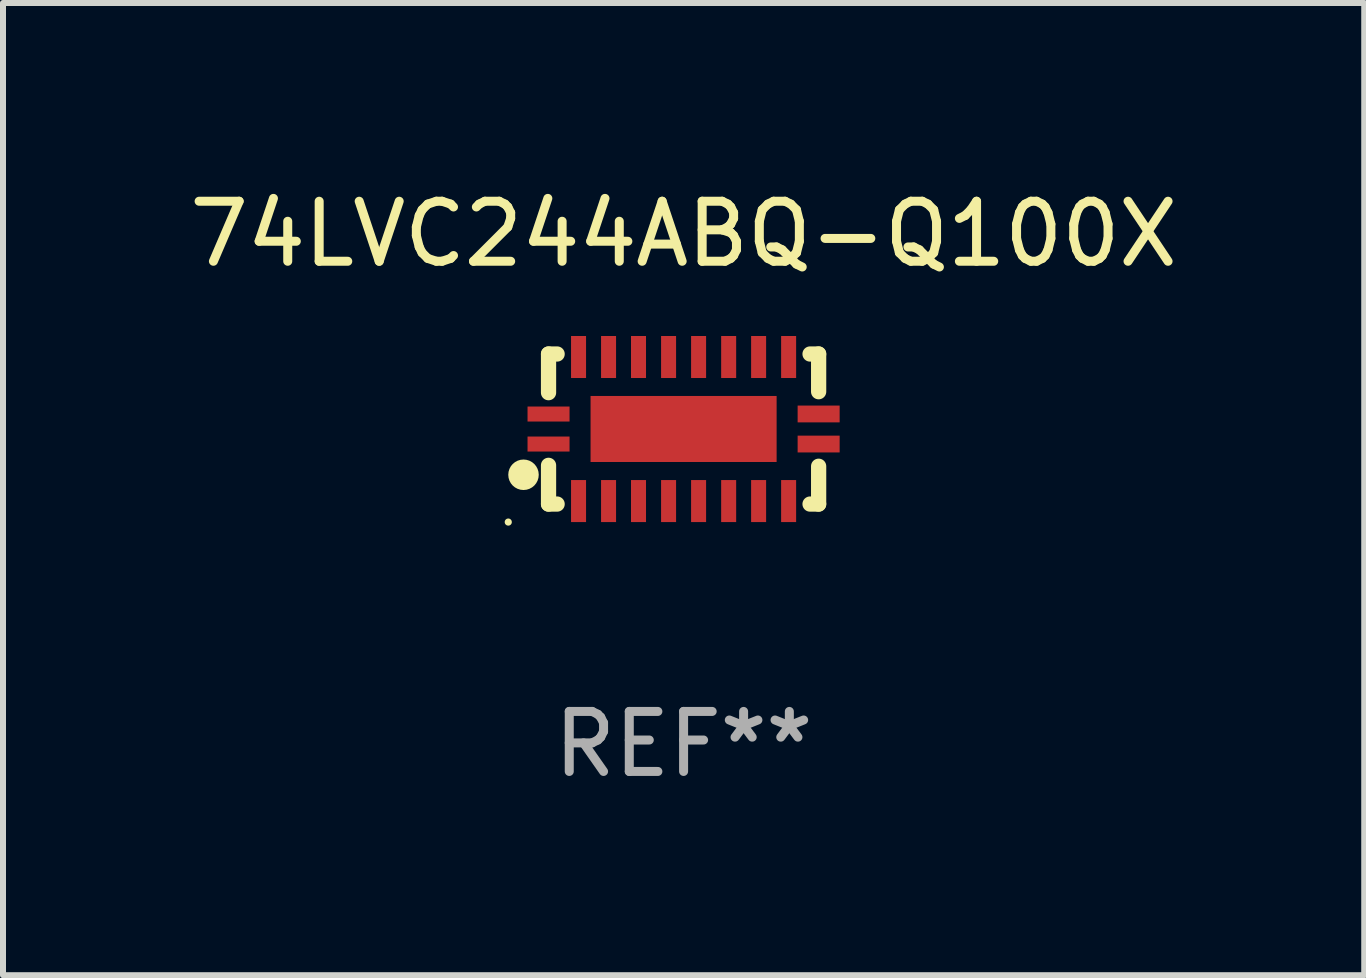
<source format=kicad_pcb>
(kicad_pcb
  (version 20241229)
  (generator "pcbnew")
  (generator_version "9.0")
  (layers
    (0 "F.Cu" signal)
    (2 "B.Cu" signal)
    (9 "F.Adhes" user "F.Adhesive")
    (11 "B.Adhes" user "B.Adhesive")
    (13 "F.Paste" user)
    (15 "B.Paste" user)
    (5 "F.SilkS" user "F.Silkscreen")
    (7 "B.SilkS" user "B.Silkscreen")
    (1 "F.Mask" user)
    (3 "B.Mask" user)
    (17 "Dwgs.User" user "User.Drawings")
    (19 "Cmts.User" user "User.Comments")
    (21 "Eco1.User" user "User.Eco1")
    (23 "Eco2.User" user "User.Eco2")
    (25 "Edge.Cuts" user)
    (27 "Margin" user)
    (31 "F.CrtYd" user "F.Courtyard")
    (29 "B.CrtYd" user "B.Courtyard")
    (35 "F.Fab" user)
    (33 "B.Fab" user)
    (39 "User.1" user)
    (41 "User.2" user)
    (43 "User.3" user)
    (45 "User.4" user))
  (footprint "74LVC244ABQ-Q100X"
    (layer "F.Cu")
    (at 8.339 4.098)
    (property "Reference" "74LVC244ABQ-Q100X" (at 0 -3.25 0) (layer "F.SilkS") (effects (font (size 1 1) (thickness 0.15))))
    (attr through_hole)
    (fp_line (start -2.25 0.605) (end -2.25 1.25) (stroke (width 0.254) (type solid)) (layer "F.SilkS"))
    (fp_line (start -2.25 1.25) (end -2.107 1.25) (stroke (width 0.254) (type solid)) (layer "F.SilkS"))
    (fp_line (start -2.25 -1.25) (end -2.25 -0.606) (stroke (width 0.254) (type solid)) (layer "F.SilkS"))
    (fp_line (start -2.25 -1.25) (end -2.107 -1.25) (stroke (width 0.254) (type solid)) (layer "F.SilkS"))
    (fp_line (start 2.107 -1.25) (end 2.25 -1.25) (stroke (width 0.254) (type solid)) (layer "F.SilkS"))
    (fp_line (start 2.107 1.25) (end 2.25 1.25) (stroke (width 0.254) (type solid)) (layer "F.SilkS"))
    (fp_line (start 2.25 -1.25) (end 2.25 -0.622) (stroke (width 0.254) (type solid)) (layer "F.SilkS"))
    (fp_line (start 2.25 0.62) (end 2.25 1.25) (stroke (width 0.254) (type solid)) (layer "F.SilkS"))
    (fp_circle (center -2.921 1.55) (end -2.891 1.55) (stroke (width 0.06) (type solid)) (fill no) (layer "F.SilkS"))
    (fp_circle (center -2.667 0.762) (end -2.54 0.762) (stroke (width 0.254) (type solid)) (fill no) (layer "F.SilkS"))
    (fp_text user "REF**" (at 0 5.25 0) (layer "F.Fab") (effects (font (size 1 1) (thickness 0.15))))
    (pad "1" smd rect (at -2.25 0.25 180) (size 0.7 0.25) (layers "F.Cu" "F.Mask" "F.Paste"))
    (pad "2" smd rect (at -1.75 1.2 90) (size 0.7 0.25) (layers "F.Cu" "F.Mask" "F.Paste"))
    (pad "3" smd rect (at -1.25 1.2 90) (size 0.7 0.25) (layers "F.Cu" "F.Mask" "F.Paste"))
    (pad "4" smd rect (at -0.751 1.2 90) (size 0.7 0.25) (layers "F.Cu" "F.Mask" "F.Paste"))
    (pad "5" smd rect (at -0.25 1.2 90) (size 0.7 0.25) (layers "F.Cu" "F.Mask" "F.Paste"))
    (pad "6" smd rect (at 0.25 1.2 90) (size 0.7 0.25) (layers "F.Cu" "F.Mask" "F.Paste"))
    (pad "7" smd rect (at 0.751 1.2 90) (size 0.7 0.25) (layers "F.Cu" "F.Mask" "F.Paste"))
    (pad "8" smd rect (at 1.25 1.2 90) (size 0.7 0.25) (layers "F.Cu" "F.Mask" "F.Paste"))
    (pad "9" smd rect (at 1.75 1.2 90) (size 0.7 0.25) (layers "F.Cu" "F.Mask" "F.Paste"))
    (pad "10" smd rect (at 2.25 0.25 180) (size 0.7 0.28) (layers "F.Cu" "F.Mask" "F.Paste"))
    (pad "11" smd rect (at 2.25 -0.251 180) (size 0.7 0.28) (layers "F.Cu" "F.Mask" "F.Paste"))
    (pad "12" smd rect (at 1.75 -1.2 90) (size 0.7 0.25) (layers "F.Cu" "F.Mask" "F.Paste"))
    (pad "13" smd rect (at 1.25 -1.2 90) (size 0.7 0.25) (layers "F.Cu" "F.Mask" "F.Paste"))
    (pad "14" smd rect (at 0.751 -1.2 90) (size 0.7 0.25) (layers "F.Cu" "F.Mask" "F.Paste"))
    (pad "15" smd rect (at 0.25 -1.2 90) (size 0.7 0.25) (layers "F.Cu" "F.Mask" "F.Paste"))
    (pad "16" smd rect (at -0.25 -1.2 90) (size 0.7 0.25) (layers "F.Cu" "F.Mask" "F.Paste"))
    (pad "17" smd rect (at -0.751 -1.2 90) (size 0.7 0.25) (layers "F.Cu" "F.Mask" "F.Paste"))
    (pad "18" smd rect (at -1.25 -1.2 90) (size 0.7 0.25) (layers "F.Cu" "F.Mask" "F.Paste"))
    (pad "19" smd rect (at -1.75 -1.2 90) (size 0.7 0.25) (layers "F.Cu" "F.Mask" "F.Paste"))
    (pad "20" smd rect (at -2.25 -0.25 180) (size 0.7 0.25) (layers "F.Cu" "F.Mask" "F.Paste"))
    (pad "21" smd rect (at 0 -0.001 180) (size 3.1 1.1) (layers "F.Cu" "F.Mask" "F.Paste")))
  (gr_rect
    (start -3 -3)
    (end 19.679 13.197)
    (stroke (width 0.1) (type default))
    (fill no)
    (layer "Edge.Cuts")))
</source>
